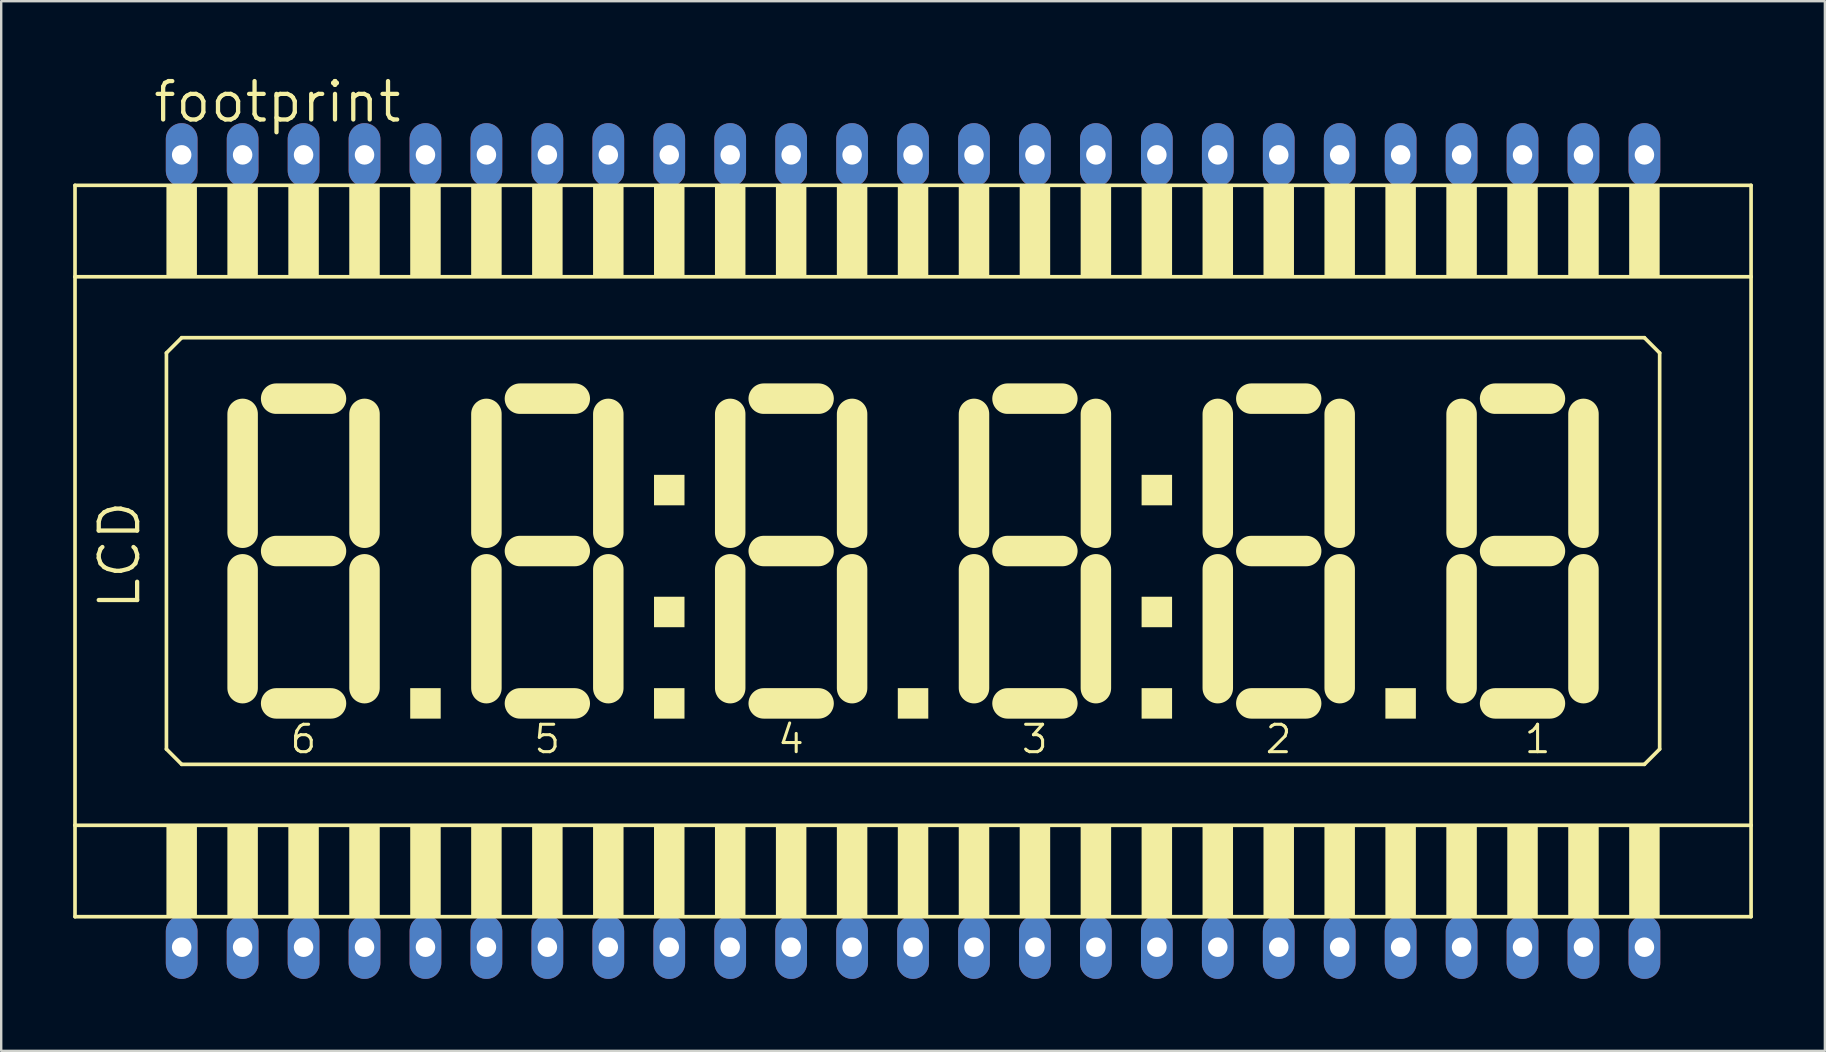
<source format=kicad_pcb>
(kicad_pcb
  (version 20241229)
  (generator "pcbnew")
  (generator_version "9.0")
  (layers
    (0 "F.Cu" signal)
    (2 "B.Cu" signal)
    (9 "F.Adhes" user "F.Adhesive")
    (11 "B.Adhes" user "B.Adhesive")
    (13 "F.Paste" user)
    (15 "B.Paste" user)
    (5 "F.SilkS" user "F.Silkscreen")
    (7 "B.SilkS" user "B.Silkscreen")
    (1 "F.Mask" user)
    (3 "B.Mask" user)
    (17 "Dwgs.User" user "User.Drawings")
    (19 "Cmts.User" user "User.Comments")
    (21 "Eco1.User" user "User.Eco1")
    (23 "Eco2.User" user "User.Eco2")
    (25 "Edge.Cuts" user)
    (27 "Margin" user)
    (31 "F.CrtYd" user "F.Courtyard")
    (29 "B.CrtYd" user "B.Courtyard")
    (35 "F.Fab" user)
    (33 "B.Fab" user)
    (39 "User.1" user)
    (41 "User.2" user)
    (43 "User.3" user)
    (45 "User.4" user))
  (footprint "footprint"
    (layer "F.Cu")
    (at 35.001 19.914)
    (property "Reference" "footprint" (at -31.75 -17.78 0) (layer "F.SilkS") (effects (font (size 1.6 1.6) (thickness 0.178)) (justify left bottom)))
    (fp_line (start -34.925 -15.24) (end -34.925 -11.43) (stroke (width 0.152) (type solid)) (layer "F.SilkS"))
    (fp_line (start -34.925 -11.43) (end -34.925 11.43) (stroke (width 0.152) (type solid)) (layer "F.SilkS"))
    (fp_line (start -34.925 -11.43) (end 34.925 -11.43) (stroke (width 0.152) (type solid)) (layer "F.SilkS"))
    (fp_line (start -34.925 11.43) (end -34.925 15.24) (stroke (width 0.152) (type solid)) (layer "F.SilkS"))
    (fp_line (start -34.925 15.24) (end 34.925 15.24) (stroke (width 0.152) (type solid)) (layer "F.SilkS"))
    (fp_line (start -31.115 -8.255) (end -31.115 8.255) (stroke (width 0.152) (type solid)) (layer "F.SilkS"))
    (fp_line (start -31.115 8.255) (end -30.48 8.89) (stroke (width 0.152) (type solid)) (layer "F.SilkS"))
    (fp_line (start -30.48 -8.89) (end -31.115 -8.255) (stroke (width 0.152) (type solid)) (layer "F.SilkS"))
    (fp_line (start -30.48 8.89) (end 30.48 8.89) (stroke (width 0.152) (type solid)) (layer "F.SilkS"))
    (fp_line (start -27.94 -5.715) (end -27.94 -0.762) (stroke (width 1.27) (type solid)) (layer "F.SilkS"))
    (fp_line (start -27.94 0.762) (end -27.94 5.715) (stroke (width 1.27) (type solid)) (layer "F.SilkS"))
    (fp_line (start -26.543 -6.35) (end -24.257 -6.35) (stroke (width 1.27) (type solid)) (layer "F.SilkS"))
    (fp_line (start -26.543 0) (end -24.257 0) (stroke (width 1.27) (type solid)) (layer "F.SilkS"))
    (fp_line (start -26.543 6.35) (end -24.257 6.35) (stroke (width 1.27) (type solid)) (layer "F.SilkS"))
    (fp_line (start -22.86 -0.762) (end -22.86 -5.715) (stroke (width 1.27) (type solid)) (layer "F.SilkS"))
    (fp_line (start -22.86 5.715) (end -22.86 0.762) (stroke (width 1.27) (type solid)) (layer "F.SilkS"))
    (fp_line (start -17.78 -5.715) (end -17.78 -0.762) (stroke (width 1.27) (type solid)) (layer "F.SilkS"))
    (fp_line (start -17.78 0.762) (end -17.78 5.715) (stroke (width 1.27) (type solid)) (layer "F.SilkS"))
    (fp_line (start -16.383 -6.35) (end -14.097 -6.35) (stroke (width 1.27) (type solid)) (layer "F.SilkS"))
    (fp_line (start -16.383 0) (end -14.097 0) (stroke (width 1.27) (type solid)) (layer "F.SilkS"))
    (fp_line (start -16.383 6.35) (end -14.097 6.35) (stroke (width 1.27) (type solid)) (layer "F.SilkS"))
    (fp_line (start -12.7 -0.762) (end -12.7 -5.715) (stroke (width 1.27) (type solid)) (layer "F.SilkS"))
    (fp_line (start -12.7 5.715) (end -12.7 0.762) (stroke (width 1.27) (type solid)) (layer "F.SilkS"))
    (fp_line (start -7.62 -5.715) (end -7.62 -0.762) (stroke (width 1.27) (type solid)) (layer "F.SilkS"))
    (fp_line (start -7.62 0.762) (end -7.62 5.715) (stroke (width 1.27) (type solid)) (layer "F.SilkS"))
    (fp_line (start -6.223 -6.35) (end -3.937 -6.35) (stroke (width 1.27) (type solid)) (layer "F.SilkS"))
    (fp_line (start -6.223 0) (end -3.937 0) (stroke (width 1.27) (type solid)) (layer "F.SilkS"))
    (fp_line (start -6.223 6.35) (end -3.937 6.35) (stroke (width 1.27) (type solid)) (layer "F.SilkS"))
    (fp_line (start -2.54 -0.762) (end -2.54 -5.715) (stroke (width 1.27) (type solid)) (layer "F.SilkS"))
    (fp_line (start -2.54 5.715) (end -2.54 0.762) (stroke (width 1.27) (type solid)) (layer "F.SilkS"))
    (fp_line (start 2.54 -5.715) (end 2.54 -0.762) (stroke (width 1.27) (type solid)) (layer "F.SilkS"))
    (fp_line (start 2.54 0.762) (end 2.54 5.715) (stroke (width 1.27) (type solid)) (layer "F.SilkS"))
    (fp_line (start 3.937 -6.35) (end 6.223 -6.35) (stroke (width 1.27) (type solid)) (layer "F.SilkS"))
    (fp_line (start 3.937 0) (end 6.223 0) (stroke (width 1.27) (type solid)) (layer "F.SilkS"))
    (fp_line (start 3.937 6.35) (end 6.223 6.35) (stroke (width 1.27) (type solid)) (layer "F.SilkS"))
    (fp_line (start 7.62 -0.762) (end 7.62 -5.715) (stroke (width 1.27) (type solid)) (layer "F.SilkS"))
    (fp_line (start 7.62 5.715) (end 7.62 0.762) (stroke (width 1.27) (type solid)) (layer "F.SilkS"))
    (fp_line (start 12.7 -5.715) (end 12.7 -0.762) (stroke (width 1.27) (type solid)) (layer "F.SilkS"))
    (fp_line (start 12.7 0.762) (end 12.7 5.715) (stroke (width 1.27) (type solid)) (layer "F.SilkS"))
    (fp_line (start 14.097 -6.35) (end 16.383 -6.35) (stroke (width 1.27) (type solid)) (layer "F.SilkS"))
    (fp_line (start 14.097 0) (end 16.383 0) (stroke (width 1.27) (type solid)) (layer "F.SilkS"))
    (fp_line (start 14.097 6.35) (end 16.383 6.35) (stroke (width 1.27) (type solid)) (layer "F.SilkS"))
    (fp_line (start 17.78 -0.762) (end 17.78 -5.715) (stroke (width 1.27) (type solid)) (layer "F.SilkS"))
    (fp_line (start 17.78 5.715) (end 17.78 0.762) (stroke (width 1.27) (type solid)) (layer "F.SilkS"))
    (fp_line (start 22.86 -5.715) (end 22.86 -0.762) (stroke (width 1.27) (type solid)) (layer "F.SilkS"))
    (fp_line (start 22.86 0.762) (end 22.86 5.715) (stroke (width 1.27) (type solid)) (layer "F.SilkS"))
    (fp_line (start 24.257 -6.35) (end 26.543 -6.35) (stroke (width 1.27) (type solid)) (layer "F.SilkS"))
    (fp_line (start 24.257 0) (end 26.543 0) (stroke (width 1.27) (type solid)) (layer "F.SilkS"))
    (fp_line (start 24.257 6.35) (end 26.543 6.35) (stroke (width 1.27) (type solid)) (layer "F.SilkS"))
    (fp_line (start 27.94 -0.762) (end 27.94 -5.715) (stroke (width 1.27) (type solid)) (layer "F.SilkS"))
    (fp_line (start 27.94 5.715) (end 27.94 0.762) (stroke (width 1.27) (type solid)) (layer "F.SilkS"))
    (fp_line (start 30.48 -8.89) (end -30.48 -8.89) (stroke (width 0.152) (type solid)) (layer "F.SilkS"))
    (fp_line (start 30.48 8.89) (end 31.115 8.255) (stroke (width 0.152) (type solid)) (layer "F.SilkS"))
    (fp_line (start 31.115 -8.255) (end 30.48 -8.89) (stroke (width 0.152) (type solid)) (layer "F.SilkS"))
    (fp_line (start 31.115 8.255) (end 31.115 -8.255) (stroke (width 0.152) (type solid)) (layer "F.SilkS"))
    (fp_line (start 34.925 -15.24) (end -34.925 -15.24) (stroke (width 0.152) (type solid)) (layer "F.SilkS"))
    (fp_line (start 34.925 -11.43) (end 34.925 -15.24) (stroke (width 0.152) (type solid)) (layer "F.SilkS"))
    (fp_line (start 34.925 11.43) (end -34.925 11.43) (stroke (width 0.152) (type solid)) (layer "F.SilkS"))
    (fp_line (start 34.925 11.43) (end 34.925 -11.43) (stroke (width 0.152) (type solid)) (layer "F.SilkS"))
    (fp_line (start 34.925 15.24) (end 34.925 11.43) (stroke (width 0.152) (type solid)) (layer "F.SilkS"))
    (fp_poly (pts (xy -31.115 -11.43) (xy -29.845 -11.43) (xy -29.845 -15.24) (xy -31.115 -15.24)) (stroke (width 0) (type solid)) (fill yes) (layer "F.SilkS"))
    (fp_poly (pts (xy -31.115 15.24) (xy -29.845 15.24) (xy -29.845 11.43) (xy -31.115 11.43)) (stroke (width 0) (type solid)) (fill yes) (layer "F.SilkS"))
    (fp_poly (pts (xy -28.575 -11.43) (xy -27.305 -11.43) (xy -27.305 -15.24) (xy -28.575 -15.24)) (stroke (width 0) (type solid)) (fill yes) (layer "F.SilkS"))
    (fp_poly (pts (xy -28.575 15.24) (xy -27.305 15.24) (xy -27.305 11.43) (xy -28.575 11.43)) (stroke (width 0) (type solid)) (fill yes) (layer "F.SilkS"))
    (fp_poly (pts (xy -26.035 -11.43) (xy -24.765 -11.43) (xy -24.765 -15.24) (xy -26.035 -15.24)) (stroke (width 0) (type solid)) (fill yes) (layer "F.SilkS"))
    (fp_poly (pts (xy -26.035 15.24) (xy -24.765 15.24) (xy -24.765 11.43) (xy -26.035 11.43)) (stroke (width 0) (type solid)) (fill yes) (layer "F.SilkS"))
    (fp_poly (pts (xy -23.495 -11.43) (xy -22.225 -11.43) (xy -22.225 -15.24) (xy -23.495 -15.24)) (stroke (width 0) (type solid)) (fill yes) (layer "F.SilkS"))
    (fp_poly (pts (xy -23.495 15.24) (xy -22.225 15.24) (xy -22.225 11.43) (xy -23.495 11.43)) (stroke (width 0) (type solid)) (fill yes) (layer "F.SilkS"))
    (fp_poly (pts (xy -20.955 -11.43) (xy -19.685 -11.43) (xy -19.685 -15.24) (xy -20.955 -15.24)) (stroke (width 0) (type solid)) (fill yes) (layer "F.SilkS"))
    (fp_poly (pts (xy -20.955 6.985) (xy -19.685 6.985) (xy -19.685 5.715) (xy -20.955 5.715)) (stroke (width 0) (type solid)) (fill yes) (layer "F.SilkS"))
    (fp_poly (pts (xy -20.955 15.24) (xy -19.685 15.24) (xy -19.685 11.43) (xy -20.955 11.43)) (stroke (width 0) (type solid)) (fill yes) (layer "F.SilkS"))
    (fp_poly (pts (xy -18.415 -11.43) (xy -17.145 -11.43) (xy -17.145 -15.24) (xy -18.415 -15.24)) (stroke (width 0) (type solid)) (fill yes) (layer "F.SilkS"))
    (fp_poly (pts (xy -18.415 15.24) (xy -17.145 15.24) (xy -17.145 11.43) (xy -18.415 11.43)) (stroke (width 0) (type solid)) (fill yes) (layer "F.SilkS"))
    (fp_poly (pts (xy -15.875 -11.43) (xy -14.605 -11.43) (xy -14.605 -15.24) (xy -15.875 -15.24)) (stroke (width 0) (type solid)) (fill yes) (layer "F.SilkS"))
    (fp_poly (pts (xy -15.875 15.24) (xy -14.605 15.24) (xy -14.605 11.43) (xy -15.875 11.43)) (stroke (width 0) (type solid)) (fill yes) (layer "F.SilkS"))
    (fp_poly (pts (xy -13.335 -11.43) (xy -12.065 -11.43) (xy -12.065 -15.24) (xy -13.335 -15.24)) (stroke (width 0) (type solid)) (fill yes) (layer "F.SilkS"))
    (fp_poly (pts (xy -13.335 15.24) (xy -12.065 15.24) (xy -12.065 11.43) (xy -13.335 11.43)) (stroke (width 0) (type solid)) (fill yes) (layer "F.SilkS"))
    (fp_poly (pts (xy -10.795 -11.43) (xy -9.525 -11.43) (xy -9.525 -15.24) (xy -10.795 -15.24)) (stroke (width 0) (type solid)) (fill yes) (layer "F.SilkS"))
    (fp_poly (pts (xy -10.795 -1.905) (xy -9.525 -1.905) (xy -9.525 -3.175) (xy -10.795 -3.175)) (stroke (width 0) (type solid)) (fill yes) (layer "F.SilkS"))
    (fp_poly (pts (xy -10.795 3.175) (xy -9.525 3.175) (xy -9.525 1.905) (xy -10.795 1.905)) (stroke (width 0) (type solid)) (fill yes) (layer "F.SilkS"))
    (fp_poly (pts (xy -10.795 6.985) (xy -9.525 6.985) (xy -9.525 5.715) (xy -10.795 5.715)) (stroke (width 0) (type solid)) (fill yes) (layer "F.SilkS"))
    (fp_poly (pts (xy -10.795 15.24) (xy -9.525 15.24) (xy -9.525 11.43) (xy -10.795 11.43)) (stroke (width 0) (type solid)) (fill yes) (layer "F.SilkS"))
    (fp_poly (pts (xy -8.255 -11.43) (xy -6.985 -11.43) (xy -6.985 -15.24) (xy -8.255 -15.24)) (stroke (width 0) (type solid)) (fill yes) (layer "F.SilkS"))
    (fp_poly (pts (xy -8.255 15.24) (xy -6.985 15.24) (xy -6.985 11.43) (xy -8.255 11.43)) (stroke (width 0) (type solid)) (fill yes) (layer "F.SilkS"))
    (fp_poly (pts (xy -5.715 -11.43) (xy -4.445 -11.43) (xy -4.445 -15.24) (xy -5.715 -15.24)) (stroke (width 0) (type solid)) (fill yes) (layer "F.SilkS"))
    (fp_poly (pts (xy -5.715 15.24) (xy -4.445 15.24) (xy -4.445 11.43) (xy -5.715 11.43)) (stroke (width 0) (type solid)) (fill yes) (layer "F.SilkS"))
    (fp_poly (pts (xy -3.175 -11.43) (xy -1.905 -11.43) (xy -1.905 -15.24) (xy -3.175 -15.24)) (stroke (width 0) (type solid)) (fill yes) (layer "F.SilkS"))
    (fp_poly (pts (xy -3.175 15.24) (xy -1.905 15.24) (xy -1.905 11.43) (xy -3.175 11.43)) (stroke (width 0) (type solid)) (fill yes) (layer "F.SilkS"))
    (fp_poly (pts (xy -0.635 -11.43) (xy 0.635 -11.43) (xy 0.635 -15.24) (xy -0.635 -15.24)) (stroke (width 0) (type solid)) (fill yes) (layer "F.SilkS"))
    (fp_poly (pts (xy -0.635 6.985) (xy 0.635 6.985) (xy 0.635 5.715) (xy -0.635 5.715)) (stroke (width 0) (type solid)) (fill yes) (layer "F.SilkS"))
    (fp_poly (pts (xy -0.635 15.24) (xy 0.635 15.24) (xy 0.635 11.43) (xy -0.635 11.43)) (stroke (width 0) (type solid)) (fill yes) (layer "F.SilkS"))
    (fp_poly (pts (xy 1.905 -11.43) (xy 3.175 -11.43) (xy 3.175 -15.24) (xy 1.905 -15.24)) (stroke (width 0) (type solid)) (fill yes) (layer "F.SilkS"))
    (fp_poly (pts (xy 1.905 15.24) (xy 3.175 15.24) (xy 3.175 11.43) (xy 1.905 11.43)) (stroke (width 0) (type solid)) (fill yes) (layer "F.SilkS"))
    (fp_poly (pts (xy 4.445 -11.43) (xy 5.715 -11.43) (xy 5.715 -15.24) (xy 4.445 -15.24)) (stroke (width 0) (type solid)) (fill yes) (layer "F.SilkS"))
    (fp_poly (pts (xy 4.445 15.24) (xy 5.715 15.24) (xy 5.715 11.43) (xy 4.445 11.43)) (stroke (width 0) (type solid)) (fill yes) (layer "F.SilkS"))
    (fp_poly (pts (xy 6.985 -11.43) (xy 8.255 -11.43) (xy 8.255 -15.24) (xy 6.985 -15.24)) (stroke (width 0) (type solid)) (fill yes) (layer "F.SilkS"))
    (fp_poly (pts (xy 6.985 15.24) (xy 8.255 15.24) (xy 8.255 11.43) (xy 6.985 11.43)) (stroke (width 0) (type solid)) (fill yes) (layer "F.SilkS"))
    (fp_poly (pts (xy 9.525 -11.43) (xy 10.795 -11.43) (xy 10.795 -15.24) (xy 9.525 -15.24)) (stroke (width 0) (type solid)) (fill yes) (layer "F.SilkS"))
    (fp_poly (pts (xy 9.525 -1.905) (xy 10.795 -1.905) (xy 10.795 -3.175) (xy 9.525 -3.175)) (stroke (width 0) (type solid)) (fill yes) (layer "F.SilkS"))
    (fp_poly (pts (xy 9.525 3.175) (xy 10.795 3.175) (xy 10.795 1.905) (xy 9.525 1.905)) (stroke (width 0) (type solid)) (fill yes) (layer "F.SilkS"))
    (fp_poly (pts (xy 9.525 6.985) (xy 10.795 6.985) (xy 10.795 5.715) (xy 9.525 5.715)) (stroke (width 0) (type solid)) (fill yes) (layer "F.SilkS"))
    (fp_poly (pts (xy 9.525 15.24) (xy 10.795 15.24) (xy 10.795 11.43) (xy 9.525 11.43)) (stroke (width 0) (type solid)) (fill yes) (layer "F.SilkS"))
    (fp_poly (pts (xy 12.065 -11.43) (xy 13.335 -11.43) (xy 13.335 -15.24) (xy 12.065 -15.24)) (stroke (width 0) (type solid)) (fill yes) (layer "F.SilkS"))
    (fp_poly (pts (xy 12.065 15.24) (xy 13.335 15.24) (xy 13.335 11.43) (xy 12.065 11.43)) (stroke (width 0) (type solid)) (fill yes) (layer "F.SilkS"))
    (fp_poly (pts (xy 14.605 -11.43) (xy 15.875 -11.43) (xy 15.875 -15.24) (xy 14.605 -15.24)) (stroke (width 0) (type solid)) (fill yes) (layer "F.SilkS"))
    (fp_poly (pts (xy 14.605 15.24) (xy 15.875 15.24) (xy 15.875 11.43) (xy 14.605 11.43)) (stroke (width 0) (type solid)) (fill yes) (layer "F.SilkS"))
    (fp_poly (pts (xy 17.145 -11.43) (xy 18.415 -11.43) (xy 18.415 -15.24) (xy 17.145 -15.24)) (stroke (width 0) (type solid)) (fill yes) (layer "F.SilkS"))
    (fp_poly (pts (xy 17.145 15.24) (xy 18.415 15.24) (xy 18.415 11.43) (xy 17.145 11.43)) (stroke (width 0) (type solid)) (fill yes) (layer "F.SilkS"))
    (fp_poly (pts (xy 19.685 -11.43) (xy 20.955 -11.43) (xy 20.955 -15.24) (xy 19.685 -15.24)) (stroke (width 0) (type solid)) (fill yes) (layer "F.SilkS"))
    (fp_poly (pts (xy 19.685 6.985) (xy 20.955 6.985) (xy 20.955 5.715) (xy 19.685 5.715)) (stroke (width 0) (type solid)) (fill yes) (layer "F.SilkS"))
    (fp_poly (pts (xy 19.685 15.24) (xy 20.955 15.24) (xy 20.955 11.43) (xy 19.685 11.43)) (stroke (width 0) (type solid)) (fill yes) (layer "F.SilkS"))
    (fp_poly (pts (xy 22.225 -11.43) (xy 23.495 -11.43) (xy 23.495 -15.24) (xy 22.225 -15.24)) (stroke (width 0) (type solid)) (fill yes) (layer "F.SilkS"))
    (fp_poly (pts (xy 22.225 15.24) (xy 23.495 15.24) (xy 23.495 11.43) (xy 22.225 11.43)) (stroke (width 0) (type solid)) (fill yes) (layer "F.SilkS"))
    (fp_poly (pts (xy 24.765 -11.43) (xy 26.035 -11.43) (xy 26.035 -15.24) (xy 24.765 -15.24)) (stroke (width 0) (type solid)) (fill yes) (layer "F.SilkS"))
    (fp_poly (pts (xy 24.765 15.24) (xy 26.035 15.24) (xy 26.035 11.43) (xy 24.765 11.43)) (stroke (width 0) (type solid)) (fill yes) (layer "F.SilkS"))
    (fp_poly (pts (xy 27.305 -11.43) (xy 28.575 -11.43) (xy 28.575 -15.24) (xy 27.305 -15.24)) (stroke (width 0) (type solid)) (fill yes) (layer "F.SilkS"))
    (fp_poly (pts (xy 27.305 15.24) (xy 28.575 15.24) (xy 28.575 11.43) (xy 27.305 11.43)) (stroke (width 0) (type solid)) (fill yes) (layer "F.SilkS"))
    (fp_poly (pts (xy 29.845 -11.43) (xy 31.115 -11.43) (xy 31.115 -15.24) (xy 29.845 -15.24)) (stroke (width 0) (type solid)) (fill yes) (layer "F.SilkS"))
    (fp_poly (pts (xy 29.845 15.24) (xy 31.115 15.24) (xy 31.115 11.43) (xy 29.845 11.43)) (stroke (width 0) (type solid)) (fill yes) (layer "F.SilkS"))
    (fp_text user "2" (at 14.605 8.509 0) (layer "F.SilkS") (effects (font (size 1.143 1.143) (thickness 0.127)) (justify left bottom)))
    (fp_text user "1 " (at 25.4 8.509 0) (layer "F.SilkS") (effects (font (size 1.143 1.143) (thickness 0.127)) (justify left bottom)))
    (fp_text user "LCD" (at -32.131 2.54 90) (layer "F.SilkS") (effects (font (size 1.6 1.6) (thickness 0.178)) (justify left bottom)))
    (fp_text user "6" (at -26.035 8.509 0) (layer "F.SilkS") (effects (font (size 1.143 1.143) (thickness 0.127)) (justify left bottom)))
    (fp_text user "3" (at 4.445 8.509 0) (layer "F.SilkS") (effects (font (size 1.143 1.143) (thickness 0.127)) (justify left bottom)))
    (fp_text user "5" (at -15.875 8.509 0) (layer "F.SilkS") (effects (font (size 1.143 1.143) (thickness 0.127)) (justify left bottom)))
    (fp_text user "4" (at -5.715 8.509 0) (layer "F.SilkS") (effects (font (size 1.143 1.143) (thickness 0.127)) (justify left bottom)))
    (pad "1" thru_hole oval (at -30.48 16.51 90) (size 2.642 1.321) (drill 0.813) (layers "*.Cu" "*.Mask"))
    (pad "2" thru_hole oval (at -27.94 16.51 90) (size 2.642 1.321) (drill 0.813) (layers "*.Cu" "*.Mask"))
    (pad "3" thru_hole oval (at -25.4 16.51 90) (size 2.642 1.321) (drill 0.813) (layers "*.Cu" "*.Mask"))
    (pad "4" thru_hole oval (at -22.86 16.51 90) (size 2.642 1.321) (drill 0.813) (layers "*.Cu" "*.Mask"))
    (pad "5" thru_hole oval (at -20.32 16.51 90) (size 2.642 1.321) (drill 0.813) (layers "*.Cu" "*.Mask"))
    (pad "6" thru_hole oval (at -17.78 16.51 90) (size 2.642 1.321) (drill 0.813) (layers "*.Cu" "*.Mask"))
    (pad "7" thru_hole oval (at -15.24 16.51 90) (size 2.642 1.321) (drill 0.813) (layers "*.Cu" "*.Mask"))
    (pad "8" thru_hole oval (at -12.7 16.51 90) (size 2.642 1.321) (drill 0.813) (layers "*.Cu" "*.Mask"))
    (pad "9" thru_hole oval (at -10.16 16.51 90) (size 2.642 1.321) (drill 0.813) (layers "*.Cu" "*.Mask"))
    (pad "10" thru_hole oval (at -7.62 16.51 90) (size 2.642 1.321) (drill 0.813) (layers "*.Cu" "*.Mask"))
    (pad "11" thru_hole oval (at -5.08 16.51 90) (size 2.642 1.321) (drill 0.813) (layers "*.Cu" "*.Mask"))
    (pad "12" thru_hole oval (at -2.54 16.51 90) (size 2.642 1.321) (drill 0.813) (layers "*.Cu" "*.Mask"))
    (pad "13" thru_hole oval (at 0 16.51 90) (size 2.642 1.321) (drill 0.813) (layers "*.Cu" "*.Mask"))
    (pad "14" thru_hole oval (at 2.54 16.51 90) (size 2.642 1.321) (drill 0.813) (layers "*.Cu" "*.Mask"))
    (pad "15" thru_hole oval (at 5.08 16.51 90) (size 2.642 1.321) (drill 0.813) (layers "*.Cu" "*.Mask"))
    (pad "16" thru_hole oval (at 7.62 16.51 90) (size 2.642 1.321) (drill 0.813) (layers "*.Cu" "*.Mask"))
    (pad "17" thru_hole oval (at 10.16 16.51 90) (size 2.642 1.321) (drill 0.813) (layers "*.Cu" "*.Mask"))
    (pad "18" thru_hole oval (at 12.7 16.51 90) (size 2.642 1.321) (drill 0.813) (layers "*.Cu" "*.Mask"))
    (pad "19" thru_hole oval (at 15.24 16.51 90) (size 2.642 1.321) (drill 0.813) (layers "*.Cu" "*.Mask"))
    (pad "20" thru_hole oval (at 17.78 16.51 90) (size 2.642 1.321) (drill 0.813) (layers "*.Cu" "*.Mask"))
    (pad "21" thru_hole oval (at 20.32 16.51 90) (size 2.642 1.321) (drill 0.813) (layers "*.Cu" "*.Mask"))
    (pad "22" thru_hole oval (at 22.86 16.51 90) (size 2.642 1.321) (drill 0.813) (layers "*.Cu" "*.Mask"))
    (pad "23" thru_hole oval (at 25.4 16.51 90) (size 2.642 1.321) (drill 0.813) (layers "*.Cu" "*.Mask"))
    (pad "24" thru_hole oval (at 27.94 16.51 90) (size 2.642 1.321) (drill 0.813) (layers "*.Cu" "*.Mask"))
    (pad "25" thru_hole oval (at 30.48 16.51 90) (size 2.642 1.321) (drill 0.813) (layers "*.Cu" "*.Mask"))
    (pad "26" thru_hole oval (at 30.48 -16.51 90) (size 2.642 1.321) (drill 0.813) (layers "*.Cu" "*.Mask"))
    (pad "27" thru_hole oval (at 27.94 -16.51 90) (size 2.642 1.321) (drill 0.813) (layers "*.Cu" "*.Mask"))
    (pad "28" thru_hole oval (at 25.4 -16.51 90) (size 2.642 1.321) (drill 0.813) (layers "*.Cu" "*.Mask"))
    (pad "29" thru_hole oval (at 22.86 -16.51 90) (size 2.642 1.321) (drill 0.813) (layers "*.Cu" "*.Mask"))
    (pad "30" thru_hole oval (at 20.32 -16.51 90) (size 2.642 1.321) (drill 0.813) (layers "*.Cu" "*.Mask"))
    (pad "31" thru_hole oval (at 17.78 -16.51 90) (size 2.642 1.321) (drill 0.813) (layers "*.Cu" "*.Mask"))
    (pad "32" thru_hole oval (at 15.24 -16.51 90) (size 2.642 1.321) (drill 0.813) (layers "*.Cu" "*.Mask"))
    (pad "33" thru_hole oval (at 12.7 -16.51 90) (size 2.642 1.321) (drill 0.813) (layers "*.Cu" "*.Mask"))
    (pad "34" thru_hole oval (at 10.16 -16.51 90) (size 2.642 1.321) (drill 0.813) (layers "*.Cu" "*.Mask"))
    (pad "35" thru_hole oval (at 7.62 -16.51 90) (size 2.642 1.321) (drill 0.813) (layers "*.Cu" "*.Mask"))
    (pad "36" thru_hole oval (at 5.08 -16.51 90) (size 2.642 1.321) (drill 0.813) (layers "*.Cu" "*.Mask"))
    (pad "37" thru_hole oval (at 2.54 -16.51 90) (size 2.642 1.321) (drill 0.813) (layers "*.Cu" "*.Mask"))
    (pad "38" thru_hole oval (at 0 -16.51 90) (size 2.642 1.321) (drill 0.813) (layers "*.Cu" "*.Mask"))
    (pad "39" thru_hole oval (at -2.54 -16.51 90) (size 2.642 1.321) (drill 0.813) (layers "*.Cu" "*.Mask"))
    (pad "40" thru_hole oval (at -5.08 -16.51 90) (size 2.642 1.321) (drill 0.813) (layers "*.Cu" "*.Mask"))
    (pad "41" thru_hole oval (at -7.62 -16.51 90) (size 2.642 1.321) (drill 0.813) (layers "*.Cu" "*.Mask"))
    (pad "42" thru_hole oval (at -10.16 -16.51 90) (size 2.642 1.321) (drill 0.813) (layers "*.Cu" "*.Mask"))
    (pad "43" thru_hole oval (at -12.7 -16.51 90) (size 2.642 1.321) (drill 0.813) (layers "*.Cu" "*.Mask"))
    (pad "44" thru_hole oval (at -15.24 -16.51 90) (size 2.642 1.321) (drill 0.813) (layers "*.Cu" "*.Mask"))
    (pad "45" thru_hole oval (at -17.78 -16.51 90) (size 2.642 1.321) (drill 0.813) (layers "*.Cu" "*.Mask"))
    (pad "46" thru_hole oval (at -20.32 -16.51 90) (size 2.642 1.321) (drill 0.813) (layers "*.Cu" "*.Mask"))
    (pad "47" thru_hole oval (at -22.86 -16.51 90) (size 2.642 1.321) (drill 0.813) (layers "*.Cu" "*.Mask"))
    (pad "48" thru_hole oval (at -25.4 -16.51 90) (size 2.642 1.321) (drill 0.813) (layers "*.Cu" "*.Mask"))
    (pad "49" thru_hole oval (at -27.94 -16.51 90) (size 2.642 1.321) (drill 0.813) (layers "*.Cu" "*.Mask"))
    (pad "50" thru_hole oval (at -30.48 -16.51 90) (size 2.642 1.321) (drill 0.813) (layers "*.Cu" "*.Mask")))
  (gr_rect
    (start -3 -3)
    (end 73.002 40.744)
    (stroke (width 0.1) (type default))
    (fill no)
    (layer "Edge.Cuts")))
</source>
